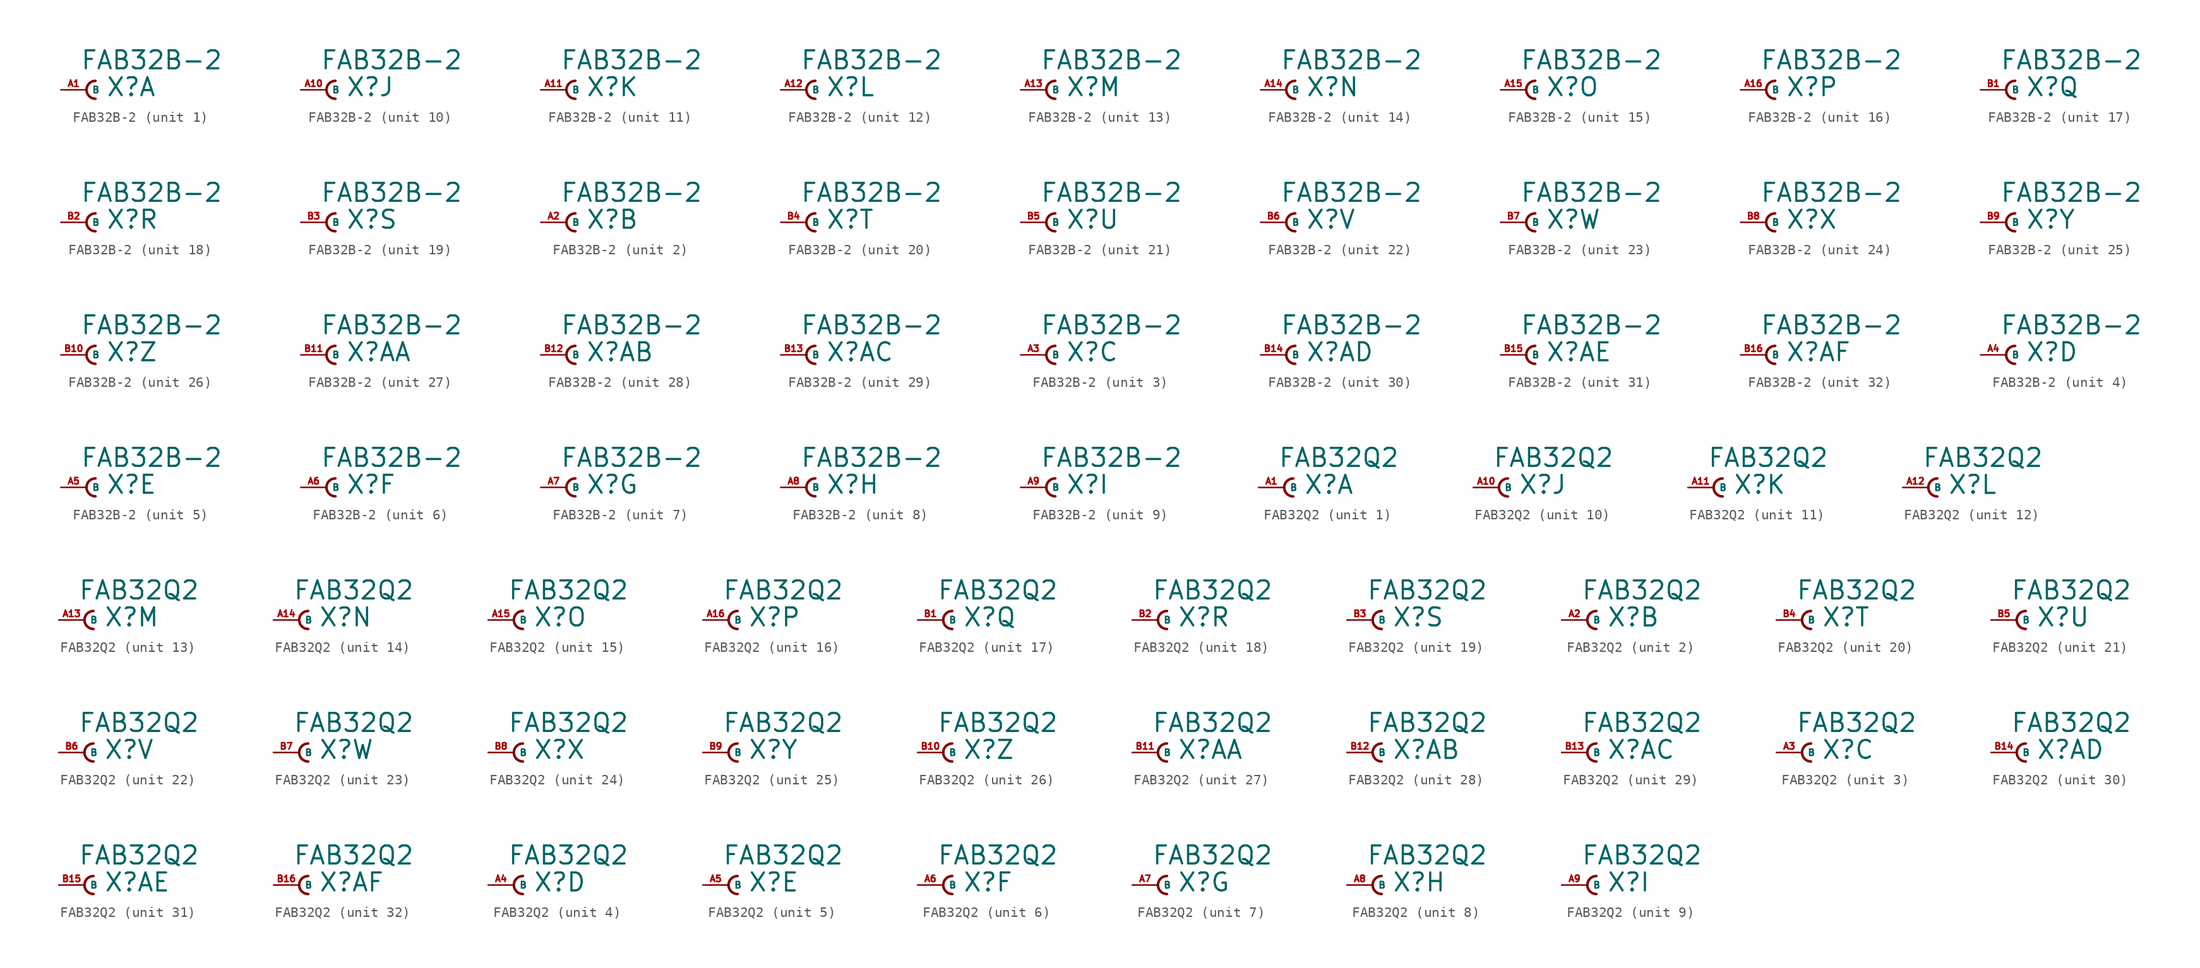
<source format=kicad_sym>
(kicad_symbol_lib
  (version 20220914)
  (generator Eagle2Kicad)
  (symbol "FAB32B-2"
    (property "Reference" "X"
      (at 1.905 -0.762 0)
      (effects (font (size 1.778 1.778) (thickness 0.22)) (justify left bottom)))
    (property "Value" "FAB32B-2"
      (at -0.635 1.905 0)
      (effects (font (size 1.778 1.778) (thickness 0.22)) (justify left bottom)))
    (symbol "FAB32B-2_1_0"
      (arc (start 0.889 0.889) (mid 0.000 0.000) (end 0.889 -0.889) (stroke (width 0.254) (type default)) (fill (type none)))
      (pin passive line (at -2.54 0 0) (length 2.54) (name "B" (effects (font (size 0.635 0.635) (thickness 0.08)) (justify left bottom))) (number "A1" (effects (font (size 0.635 0.635) (thickness 0.08)) (justify left bottom)))))
    (symbol "FAB32B-2_2_0"
      (arc (start 0.889 0.889) (mid 0.000 0.000) (end 0.889 -0.889) (stroke (width 0.254) (type default)) (fill (type none)))
      (pin passive line (at -2.54 0 0) (length 2.54) (name "B" (effects (font (size 0.635 0.635) (thickness 0.08)) (justify left bottom))) (number "A2" (effects (font (size 0.635 0.635) (thickness 0.08)) (justify left bottom)))))
    (symbol "FAB32B-2_3_0"
      (arc (start 0.889 0.889) (mid 0.000 0.000) (end 0.889 -0.889) (stroke (width 0.254) (type default)) (fill (type none)))
      (pin passive line (at -2.54 0 0) (length 2.54) (name "B" (effects (font (size 0.635 0.635) (thickness 0.08)) (justify left bottom))) (number "A3" (effects (font (size 0.635 0.635) (thickness 0.08)) (justify left bottom)))))
    (symbol "FAB32B-2_4_0"
      (arc (start 0.889 0.889) (mid 0.000 0.000) (end 0.889 -0.889) (stroke (width 0.254) (type default)) (fill (type none)))
      (pin passive line (at -2.54 0 0) (length 2.54) (name "B" (effects (font (size 0.635 0.635) (thickness 0.08)) (justify left bottom))) (number "A4" (effects (font (size 0.635 0.635) (thickness 0.08)) (justify left bottom)))))
    (symbol "FAB32B-2_5_0"
      (arc (start 0.889 0.889) (mid 0.000 0.000) (end 0.889 -0.889) (stroke (width 0.254) (type default)) (fill (type none)))
      (pin passive line (at -2.54 0 0) (length 2.54) (name "B" (effects (font (size 0.635 0.635) (thickness 0.08)) (justify left bottom))) (number "A5" (effects (font (size 0.635 0.635) (thickness 0.08)) (justify left bottom)))))
    (symbol "FAB32B-2_6_0"
      (arc (start 0.889 0.889) (mid 0.000 0.000) (end 0.889 -0.889) (stroke (width 0.254) (type default)) (fill (type none)))
      (pin passive line (at -2.54 0 0) (length 2.54) (name "B" (effects (font (size 0.635 0.635) (thickness 0.08)) (justify left bottom))) (number "A6" (effects (font (size 0.635 0.635) (thickness 0.08)) (justify left bottom)))))
    (symbol "FAB32B-2_7_0"
      (arc (start 0.889 0.889) (mid 0.000 0.000) (end 0.889 -0.889) (stroke (width 0.254) (type default)) (fill (type none)))
      (pin passive line (at -2.54 0 0) (length 2.54) (name "B" (effects (font (size 0.635 0.635) (thickness 0.08)) (justify left bottom))) (number "A7" (effects (font (size 0.635 0.635) (thickness 0.08)) (justify left bottom)))))
    (symbol "FAB32B-2_8_0"
      (arc (start 0.889 0.889) (mid 0.000 0.000) (end 0.889 -0.889) (stroke (width 0.254) (type default)) (fill (type none)))
      (pin passive line (at -2.54 0 0) (length 2.54) (name "B" (effects (font (size 0.635 0.635) (thickness 0.08)) (justify left bottom))) (number "A8" (effects (font (size 0.635 0.635) (thickness 0.08)) (justify left bottom)))))
    (symbol "FAB32B-2_9_0"
      (arc (start 0.889 0.889) (mid 0.000 0.000) (end 0.889 -0.889) (stroke (width 0.254) (type default)) (fill (type none)))
      (pin passive line (at -2.54 0 0) (length 2.54) (name "B" (effects (font (size 0.635 0.635) (thickness 0.08)) (justify left bottom))) (number "A9" (effects (font (size 0.635 0.635) (thickness 0.08)) (justify left bottom)))))
    (symbol "FAB32B-2_10_0"
      (arc (start 0.889 0.889) (mid 0.000 0.000) (end 0.889 -0.889) (stroke (width 0.254) (type default)) (fill (type none)))
      (pin passive line (at -2.54 0 0) (length 2.54) (name "B" (effects (font (size 0.635 0.635) (thickness 0.08)) (justify left bottom))) (number "A10" (effects (font (size 0.635 0.635) (thickness 0.08)) (justify left bottom)))))
    (symbol "FAB32B-2_11_0"
      (arc (start 0.889 0.889) (mid 0.000 0.000) (end 0.889 -0.889) (stroke (width 0.254) (type default)) (fill (type none)))
      (pin passive line (at -2.54 0 0) (length 2.54) (name "B" (effects (font (size 0.635 0.635) (thickness 0.08)) (justify left bottom))) (number "A11" (effects (font (size 0.635 0.635) (thickness 0.08)) (justify left bottom)))))
    (symbol "FAB32B-2_12_0"
      (arc (start 0.889 0.889) (mid 0.000 0.000) (end 0.889 -0.889) (stroke (width 0.254) (type default)) (fill (type none)))
      (pin passive line (at -2.54 0 0) (length 2.54) (name "B" (effects (font (size 0.635 0.635) (thickness 0.08)) (justify left bottom))) (number "A12" (effects (font (size 0.635 0.635) (thickness 0.08)) (justify left bottom)))))
    (symbol "FAB32B-2_13_0"
      (arc (start 0.889 0.889) (mid 0.000 0.000) (end 0.889 -0.889) (stroke (width 0.254) (type default)) (fill (type none)))
      (pin passive line (at -2.54 0 0) (length 2.54) (name "B" (effects (font (size 0.635 0.635) (thickness 0.08)) (justify left bottom))) (number "A13" (effects (font (size 0.635 0.635) (thickness 0.08)) (justify left bottom)))))
    (symbol "FAB32B-2_14_0"
      (arc (start 0.889 0.889) (mid 0.000 0.000) (end 0.889 -0.889) (stroke (width 0.254) (type default)) (fill (type none)))
      (pin passive line (at -2.54 0 0) (length 2.54) (name "B" (effects (font (size 0.635 0.635) (thickness 0.08)) (justify left bottom))) (number "A14" (effects (font (size 0.635 0.635) (thickness 0.08)) (justify left bottom)))))
    (symbol "FAB32B-2_15_0"
      (arc (start 0.889 0.889) (mid 0.000 0.000) (end 0.889 -0.889) (stroke (width 0.254) (type default)) (fill (type none)))
      (pin passive line (at -2.54 0 0) (length 2.54) (name "B" (effects (font (size 0.635 0.635) (thickness 0.08)) (justify left bottom))) (number "A15" (effects (font (size 0.635 0.635) (thickness 0.08)) (justify left bottom)))))
    (symbol "FAB32B-2_16_0"
      (arc (start 0.889 0.889) (mid 0.000 0.000) (end 0.889 -0.889) (stroke (width 0.254) (type default)) (fill (type none)))
      (pin passive line (at -2.54 0 0) (length 2.54) (name "B" (effects (font (size 0.635 0.635) (thickness 0.08)) (justify left bottom))) (number "A16" (effects (font (size 0.635 0.635) (thickness 0.08)) (justify left bottom)))))
    (symbol "FAB32B-2_17_0"
      (arc (start 0.889 0.889) (mid 0.000 0.000) (end 0.889 -0.889) (stroke (width 0.254) (type default)) (fill (type none)))
      (pin passive line (at -2.54 0 0) (length 2.54) (name "B" (effects (font (size 0.635 0.635) (thickness 0.08)) (justify left bottom))) (number "B1" (effects (font (size 0.635 0.635) (thickness 0.08)) (justify left bottom)))))
    (symbol "FAB32B-2_18_0"
      (arc (start 0.889 0.889) (mid 0.000 0.000) (end 0.889 -0.889) (stroke (width 0.254) (type default)) (fill (type none)))
      (pin passive line (at -2.54 0 0) (length 2.54) (name "B" (effects (font (size 0.635 0.635) (thickness 0.08)) (justify left bottom))) (number "B2" (effects (font (size 0.635 0.635) (thickness 0.08)) (justify left bottom)))))
    (symbol "FAB32B-2_19_0"
      (arc (start 0.889 0.889) (mid 0.000 0.000) (end 0.889 -0.889) (stroke (width 0.254) (type default)) (fill (type none)))
      (pin passive line (at -2.54 0 0) (length 2.54) (name "B" (effects (font (size 0.635 0.635) (thickness 0.08)) (justify left bottom))) (number "B3" (effects (font (size 0.635 0.635) (thickness 0.08)) (justify left bottom)))))
    (symbol "FAB32B-2_20_0"
      (arc (start 0.889 0.889) (mid 0.000 0.000) (end 0.889 -0.889) (stroke (width 0.254) (type default)) (fill (type none)))
      (pin passive line (at -2.54 0 0) (length 2.54) (name "B" (effects (font (size 0.635 0.635) (thickness 0.08)) (justify left bottom))) (number "B4" (effects (font (size 0.635 0.635) (thickness 0.08)) (justify left bottom)))))
    (symbol "FAB32B-2_21_0"
      (arc (start 0.889 0.889) (mid 0.000 0.000) (end 0.889 -0.889) (stroke (width 0.254) (type default)) (fill (type none)))
      (pin passive line (at -2.54 0 0) (length 2.54) (name "B" (effects (font (size 0.635 0.635) (thickness 0.08)) (justify left bottom))) (number "B5" (effects (font (size 0.635 0.635) (thickness 0.08)) (justify left bottom)))))
    (symbol "FAB32B-2_22_0"
      (arc (start 0.889 0.889) (mid 0.000 0.000) (end 0.889 -0.889) (stroke (width 0.254) (type default)) (fill (type none)))
      (pin passive line (at -2.54 0 0) (length 2.54) (name "B" (effects (font (size 0.635 0.635) (thickness 0.08)) (justify left bottom))) (number "B6" (effects (font (size 0.635 0.635) (thickness 0.08)) (justify left bottom)))))
    (symbol "FAB32B-2_23_0"
      (arc (start 0.889 0.889) (mid 0.000 0.000) (end 0.889 -0.889) (stroke (width 0.254) (type default)) (fill (type none)))
      (pin passive line (at -2.54 0 0) (length 2.54) (name "B" (effects (font (size 0.635 0.635) (thickness 0.08)) (justify left bottom))) (number "B7" (effects (font (size 0.635 0.635) (thickness 0.08)) (justify left bottom)))))
    (symbol "FAB32B-2_24_0"
      (arc (start 0.889 0.889) (mid 0.000 0.000) (end 0.889 -0.889) (stroke (width 0.254) (type default)) (fill (type none)))
      (pin passive line (at -2.54 0 0) (length 2.54) (name "B" (effects (font (size 0.635 0.635) (thickness 0.08)) (justify left bottom))) (number "B8" (effects (font (size 0.635 0.635) (thickness 0.08)) (justify left bottom)))))
    (symbol "FAB32B-2_25_0"
      (arc (start 0.889 0.889) (mid 0.000 0.000) (end 0.889 -0.889) (stroke (width 0.254) (type default)) (fill (type none)))
      (pin passive line (at -2.54 0 0) (length 2.54) (name "B" (effects (font (size 0.635 0.635) (thickness 0.08)) (justify left bottom))) (number "B9" (effects (font (size 0.635 0.635) (thickness 0.08)) (justify left bottom)))))
    (symbol "FAB32B-2_26_0"
      (arc (start 0.889 0.889) (mid 0.000 0.000) (end 0.889 -0.889) (stroke (width 0.254) (type default)) (fill (type none)))
      (pin passive line (at -2.54 0 0) (length 2.54) (name "B" (effects (font (size 0.635 0.635) (thickness 0.08)) (justify left bottom))) (number "B10" (effects (font (size 0.635 0.635) (thickness 0.08)) (justify left bottom)))))
    (symbol "FAB32B-2_27_0"
      (arc (start 0.889 0.889) (mid 0.000 0.000) (end 0.889 -0.889) (stroke (width 0.254) (type default)) (fill (type none)))
      (pin passive line (at -2.54 0 0) (length 2.54) (name "B" (effects (font (size 0.635 0.635) (thickness 0.08)) (justify left bottom))) (number "B11" (effects (font (size 0.635 0.635) (thickness 0.08)) (justify left bottom)))))
    (symbol "FAB32B-2_28_0"
      (arc (start 0.889 0.889) (mid 0.000 0.000) (end 0.889 -0.889) (stroke (width 0.254) (type default)) (fill (type none)))
      (pin passive line (at -2.54 0 0) (length 2.54) (name "B" (effects (font (size 0.635 0.635) (thickness 0.08)) (justify left bottom))) (number "B12" (effects (font (size 0.635 0.635) (thickness 0.08)) (justify left bottom)))))
    (symbol "FAB32B-2_29_0"
      (arc (start 0.889 0.889) (mid 0.000 0.000) (end 0.889 -0.889) (stroke (width 0.254) (type default)) (fill (type none)))
      (pin passive line (at -2.54 0 0) (length 2.54) (name "B" (effects (font (size 0.635 0.635) (thickness 0.08)) (justify left bottom))) (number "B13" (effects (font (size 0.635 0.635) (thickness 0.08)) (justify left bottom)))))
    (symbol "FAB32B-2_30_0"
      (arc (start 0.889 0.889) (mid 0.000 0.000) (end 0.889 -0.889) (stroke (width 0.254) (type default)) (fill (type none)))
      (pin passive line (at -2.54 0 0) (length 2.54) (name "B" (effects (font (size 0.635 0.635) (thickness 0.08)) (justify left bottom))) (number "B14" (effects (font (size 0.635 0.635) (thickness 0.08)) (justify left bottom)))))
    (symbol "FAB32B-2_31_0"
      (arc (start 0.889 0.889) (mid 0.000 0.000) (end 0.889 -0.889) (stroke (width 0.254) (type default)) (fill (type none)))
      (pin passive line (at -2.54 0 0) (length 2.54) (name "B" (effects (font (size 0.635 0.635) (thickness 0.08)) (justify left bottom))) (number "B15" (effects (font (size 0.635 0.635) (thickness 0.08)) (justify left bottom)))))
    (symbol "FAB32B-2_32_0"
      (arc (start 0.889 0.889) (mid 0.000 0.000) (end 0.889 -0.889) (stroke (width 0.254) (type default)) (fill (type none)))
      (pin passive line (at -2.54 0 0) (length 2.54) (name "B" (effects (font (size 0.635 0.635) (thickness 0.08)) (justify left bottom))) (number "B16" (effects (font (size 0.635 0.635) (thickness 0.08)) (justify left bottom))))))
  (symbol "FAB32Q2"
    (property "Reference" "X"
      (at 1.905 -0.762 0)
      (effects (font (size 1.778 1.778) (thickness 0.22)) (justify left bottom)))
    (property "Value" "FAB32Q2"
      (at -0.635 1.905 0)
      (effects (font (size 1.778 1.778) (thickness 0.22)) (justify left bottom)))
    (symbol "FAB32Q2_1_0"
      (arc (start 0.889 0.889) (mid 0.000 0.000) (end 0.889 -0.889) (stroke (width 0.254) (type default)) (fill (type none)))
      (pin passive line (at -2.54 0 0) (length 2.54) (name "B" (effects (font (size 0.635 0.635) (thickness 0.08)) (justify left bottom))) (number "A1" (effects (font (size 0.635 0.635) (thickness 0.08)) (justify left bottom)))))
    (symbol "FAB32Q2_2_0"
      (arc (start 0.889 0.889) (mid 0.000 0.000) (end 0.889 -0.889) (stroke (width 0.254) (type default)) (fill (type none)))
      (pin passive line (at -2.54 0 0) (length 2.54) (name "B" (effects (font (size 0.635 0.635) (thickness 0.08)) (justify left bottom))) (number "A2" (effects (font (size 0.635 0.635) (thickness 0.08)) (justify left bottom)))))
    (symbol "FAB32Q2_3_0"
      (arc (start 0.889 0.889) (mid 0.000 0.000) (end 0.889 -0.889) (stroke (width 0.254) (type default)) (fill (type none)))
      (pin passive line (at -2.54 0 0) (length 2.54) (name "B" (effects (font (size 0.635 0.635) (thickness 0.08)) (justify left bottom))) (number "A3" (effects (font (size 0.635 0.635) (thickness 0.08)) (justify left bottom)))))
    (symbol "FAB32Q2_4_0"
      (arc (start 0.889 0.889) (mid 0.000 0.000) (end 0.889 -0.889) (stroke (width 0.254) (type default)) (fill (type none)))
      (pin passive line (at -2.54 0 0) (length 2.54) (name "B" (effects (font (size 0.635 0.635) (thickness 0.08)) (justify left bottom))) (number "A4" (effects (font (size 0.635 0.635) (thickness 0.08)) (justify left bottom)))))
    (symbol "FAB32Q2_5_0"
      (arc (start 0.889 0.889) (mid 0.000 0.000) (end 0.889 -0.889) (stroke (width 0.254) (type default)) (fill (type none)))
      (pin passive line (at -2.54 0 0) (length 2.54) (name "B" (effects (font (size 0.635 0.635) (thickness 0.08)) (justify left bottom))) (number "A5" (effects (font (size 0.635 0.635) (thickness 0.08)) (justify left bottom)))))
    (symbol "FAB32Q2_6_0"
      (arc (start 0.889 0.889) (mid 0.000 0.000) (end 0.889 -0.889) (stroke (width 0.254) (type default)) (fill (type none)))
      (pin passive line (at -2.54 0 0) (length 2.54) (name "B" (effects (font (size 0.635 0.635) (thickness 0.08)) (justify left bottom))) (number "A6" (effects (font (size 0.635 0.635) (thickness 0.08)) (justify left bottom)))))
    (symbol "FAB32Q2_7_0"
      (arc (start 0.889 0.889) (mid 0.000 0.000) (end 0.889 -0.889) (stroke (width 0.254) (type default)) (fill (type none)))
      (pin passive line (at -2.54 0 0) (length 2.54) (name "B" (effects (font (size 0.635 0.635) (thickness 0.08)) (justify left bottom))) (number "A7" (effects (font (size 0.635 0.635) (thickness 0.08)) (justify left bottom)))))
    (symbol "FAB32Q2_8_0"
      (arc (start 0.889 0.889) (mid 0.000 0.000) (end 0.889 -0.889) (stroke (width 0.254) (type default)) (fill (type none)))
      (pin passive line (at -2.54 0 0) (length 2.54) (name "B" (effects (font (size 0.635 0.635) (thickness 0.08)) (justify left bottom))) (number "A8" (effects (font (size 0.635 0.635) (thickness 0.08)) (justify left bottom)))))
    (symbol "FAB32Q2_9_0"
      (arc (start 0.889 0.889) (mid 0.000 0.000) (end 0.889 -0.889) (stroke (width 0.254) (type default)) (fill (type none)))
      (pin passive line (at -2.54 0 0) (length 2.54) (name "B" (effects (font (size 0.635 0.635) (thickness 0.08)) (justify left bottom))) (number "A9" (effects (font (size 0.635 0.635) (thickness 0.08)) (justify left bottom)))))
    (symbol "FAB32Q2_10_0"
      (arc (start 0.889 0.889) (mid 0.000 0.000) (end 0.889 -0.889) (stroke (width 0.254) (type default)) (fill (type none)))
      (pin passive line (at -2.54 0 0) (length 2.54) (name "B" (effects (font (size 0.635 0.635) (thickness 0.08)) (justify left bottom))) (number "A10" (effects (font (size 0.635 0.635) (thickness 0.08)) (justify left bottom)))))
    (symbol "FAB32Q2_11_0"
      (arc (start 0.889 0.889) (mid 0.000 0.000) (end 0.889 -0.889) (stroke (width 0.254) (type default)) (fill (type none)))
      (pin passive line (at -2.54 0 0) (length 2.54) (name "B" (effects (font (size 0.635 0.635) (thickness 0.08)) (justify left bottom))) (number "A11" (effects (font (size 0.635 0.635) (thickness 0.08)) (justify left bottom)))))
    (symbol "FAB32Q2_12_0"
      (arc (start 0.889 0.889) (mid 0.000 0.000) (end 0.889 -0.889) (stroke (width 0.254) (type default)) (fill (type none)))
      (pin passive line (at -2.54 0 0) (length 2.54) (name "B" (effects (font (size 0.635 0.635) (thickness 0.08)) (justify left bottom))) (number "A12" (effects (font (size 0.635 0.635) (thickness 0.08)) (justify left bottom)))))
    (symbol "FAB32Q2_13_0"
      (arc (start 0.889 0.889) (mid 0.000 0.000) (end 0.889 -0.889) (stroke (width 0.254) (type default)) (fill (type none)))
      (pin passive line (at -2.54 0 0) (length 2.54) (name "B" (effects (font (size 0.635 0.635) (thickness 0.08)) (justify left bottom))) (number "A13" (effects (font (size 0.635 0.635) (thickness 0.08)) (justify left bottom)))))
    (symbol "FAB32Q2_14_0"
      (arc (start 0.889 0.889) (mid 0.000 0.000) (end 0.889 -0.889) (stroke (width 0.254) (type default)) (fill (type none)))
      (pin passive line (at -2.54 0 0) (length 2.54) (name "B" (effects (font (size 0.635 0.635) (thickness 0.08)) (justify left bottom))) (number "A14" (effects (font (size 0.635 0.635) (thickness 0.08)) (justify left bottom)))))
    (symbol "FAB32Q2_15_0"
      (arc (start 0.889 0.889) (mid 0.000 0.000) (end 0.889 -0.889) (stroke (width 0.254) (type default)) (fill (type none)))
      (pin passive line (at -2.54 0 0) (length 2.54) (name "B" (effects (font (size 0.635 0.635) (thickness 0.08)) (justify left bottom))) (number "A15" (effects (font (size 0.635 0.635) (thickness 0.08)) (justify left bottom)))))
    (symbol "FAB32Q2_16_0"
      (arc (start 0.889 0.889) (mid 0.000 0.000) (end 0.889 -0.889) (stroke (width 0.254) (type default)) (fill (type none)))
      (pin passive line (at -2.54 0 0) (length 2.54) (name "B" (effects (font (size 0.635 0.635) (thickness 0.08)) (justify left bottom))) (number "A16" (effects (font (size 0.635 0.635) (thickness 0.08)) (justify left bottom)))))
    (symbol "FAB32Q2_17_0"
      (arc (start 0.889 0.889) (mid 0.000 0.000) (end 0.889 -0.889) (stroke (width 0.254) (type default)) (fill (type none)))
      (pin passive line (at -2.54 0 0) (length 2.54) (name "B" (effects (font (size 0.635 0.635) (thickness 0.08)) (justify left bottom))) (number "B1" (effects (font (size 0.635 0.635) (thickness 0.08)) (justify left bottom)))))
    (symbol "FAB32Q2_18_0"
      (arc (start 0.889 0.889) (mid 0.000 0.000) (end 0.889 -0.889) (stroke (width 0.254) (type default)) (fill (type none)))
      (pin passive line (at -2.54 0 0) (length 2.54) (name "B" (effects (font (size 0.635 0.635) (thickness 0.08)) (justify left bottom))) (number "B2" (effects (font (size 0.635 0.635) (thickness 0.08)) (justify left bottom)))))
    (symbol "FAB32Q2_19_0"
      (arc (start 0.889 0.889) (mid 0.000 0.000) (end 0.889 -0.889) (stroke (width 0.254) (type default)) (fill (type none)))
      (pin passive line (at -2.54 0 0) (length 2.54) (name "B" (effects (font (size 0.635 0.635) (thickness 0.08)) (justify left bottom))) (number "B3" (effects (font (size 0.635 0.635) (thickness 0.08)) (justify left bottom)))))
    (symbol "FAB32Q2_20_0"
      (arc (start 0.889 0.889) (mid 0.000 0.000) (end 0.889 -0.889) (stroke (width 0.254) (type default)) (fill (type none)))
      (pin passive line (at -2.54 0 0) (length 2.54) (name "B" (effects (font (size 0.635 0.635) (thickness 0.08)) (justify left bottom))) (number "B4" (effects (font (size 0.635 0.635) (thickness 0.08)) (justify left bottom)))))
    (symbol "FAB32Q2_21_0"
      (arc (start 0.889 0.889) (mid 0.000 0.000) (end 0.889 -0.889) (stroke (width 0.254) (type default)) (fill (type none)))
      (pin passive line (at -2.54 0 0) (length 2.54) (name "B" (effects (font (size 0.635 0.635) (thickness 0.08)) (justify left bottom))) (number "B5" (effects (font (size 0.635 0.635) (thickness 0.08)) (justify left bottom)))))
    (symbol "FAB32Q2_22_0"
      (arc (start 0.889 0.889) (mid 0.000 0.000) (end 0.889 -0.889) (stroke (width 0.254) (type default)) (fill (type none)))
      (pin passive line (at -2.54 0 0) (length 2.54) (name "B" (effects (font (size 0.635 0.635) (thickness 0.08)) (justify left bottom))) (number "B6" (effects (font (size 0.635 0.635) (thickness 0.08)) (justify left bottom)))))
    (symbol "FAB32Q2_23_0"
      (arc (start 0.889 0.889) (mid 0.000 0.000) (end 0.889 -0.889) (stroke (width 0.254) (type default)) (fill (type none)))
      (pin passive line (at -2.54 0 0) (length 2.54) (name "B" (effects (font (size 0.635 0.635) (thickness 0.08)) (justify left bottom))) (number "B7" (effects (font (size 0.635 0.635) (thickness 0.08)) (justify left bottom)))))
    (symbol "FAB32Q2_24_0"
      (arc (start 0.889 0.889) (mid 0.000 0.000) (end 0.889 -0.889) (stroke (width 0.254) (type default)) (fill (type none)))
      (pin passive line (at -2.54 0 0) (length 2.54) (name "B" (effects (font (size 0.635 0.635) (thickness 0.08)) (justify left bottom))) (number "B8" (effects (font (size 0.635 0.635) (thickness 0.08)) (justify left bottom)))))
    (symbol "FAB32Q2_25_0"
      (arc (start 0.889 0.889) (mid 0.000 0.000) (end 0.889 -0.889) (stroke (width 0.254) (type default)) (fill (type none)))
      (pin passive line (at -2.54 0 0) (length 2.54) (name "B" (effects (font (size 0.635 0.635) (thickness 0.08)) (justify left bottom))) (number "B9" (effects (font (size 0.635 0.635) (thickness 0.08)) (justify left bottom)))))
    (symbol "FAB32Q2_26_0"
      (arc (start 0.889 0.889) (mid 0.000 0.000) (end 0.889 -0.889) (stroke (width 0.254) (type default)) (fill (type none)))
      (pin passive line (at -2.54 0 0) (length 2.54) (name "B" (effects (font (size 0.635 0.635) (thickness 0.08)) (justify left bottom))) (number "B10" (effects (font (size 0.635 0.635) (thickness 0.08)) (justify left bottom)))))
    (symbol "FAB32Q2_27_0"
      (arc (start 0.889 0.889) (mid 0.000 0.000) (end 0.889 -0.889) (stroke (width 0.254) (type default)) (fill (type none)))
      (pin passive line (at -2.54 0 0) (length 2.54) (name "B" (effects (font (size 0.635 0.635) (thickness 0.08)) (justify left bottom))) (number "B11" (effects (font (size 0.635 0.635) (thickness 0.08)) (justify left bottom)))))
    (symbol "FAB32Q2_28_0"
      (arc (start 0.889 0.889) (mid 0.000 0.000) (end 0.889 -0.889) (stroke (width 0.254) (type default)) (fill (type none)))
      (pin passive line (at -2.54 0 0) (length 2.54) (name "B" (effects (font (size 0.635 0.635) (thickness 0.08)) (justify left bottom))) (number "B12" (effects (font (size 0.635 0.635) (thickness 0.08)) (justify left bottom)))))
    (symbol "FAB32Q2_29_0"
      (arc (start 0.889 0.889) (mid 0.000 0.000) (end 0.889 -0.889) (stroke (width 0.254) (type default)) (fill (type none)))
      (pin passive line (at -2.54 0 0) (length 2.54) (name "B" (effects (font (size 0.635 0.635) (thickness 0.08)) (justify left bottom))) (number "B13" (effects (font (size 0.635 0.635) (thickness 0.08)) (justify left bottom)))))
    (symbol "FAB32Q2_30_0"
      (arc (start 0.889 0.889) (mid 0.000 0.000) (end 0.889 -0.889) (stroke (width 0.254) (type default)) (fill (type none)))
      (pin passive line (at -2.54 0 0) (length 2.54) (name "B" (effects (font (size 0.635 0.635) (thickness 0.08)) (justify left bottom))) (number "B14" (effects (font (size 0.635 0.635) (thickness 0.08)) (justify left bottom)))))
    (symbol "FAB32Q2_31_0"
      (arc (start 0.889 0.889) (mid 0.000 0.000) (end 0.889 -0.889) (stroke (width 0.254) (type default)) (fill (type none)))
      (pin passive line (at -2.54 0 0) (length 2.54) (name "B" (effects (font (size 0.635 0.635) (thickness 0.08)) (justify left bottom))) (number "B15" (effects (font (size 0.635 0.635) (thickness 0.08)) (justify left bottom)))))
    (symbol "FAB32Q2_32_0"
      (arc (start 0.889 0.889) (mid 0.000 0.000) (end 0.889 -0.889) (stroke (width 0.254) (type default)) (fill (type none)))
      (pin passive line (at -2.54 0 0) (length 2.54) (name "B" (effects (font (size 0.635 0.635) (thickness 0.08)) (justify left bottom))) (number "B16" (effects (font (size 0.635 0.635) (thickness 0.08)) (justify left bottom)))))))
</source>
